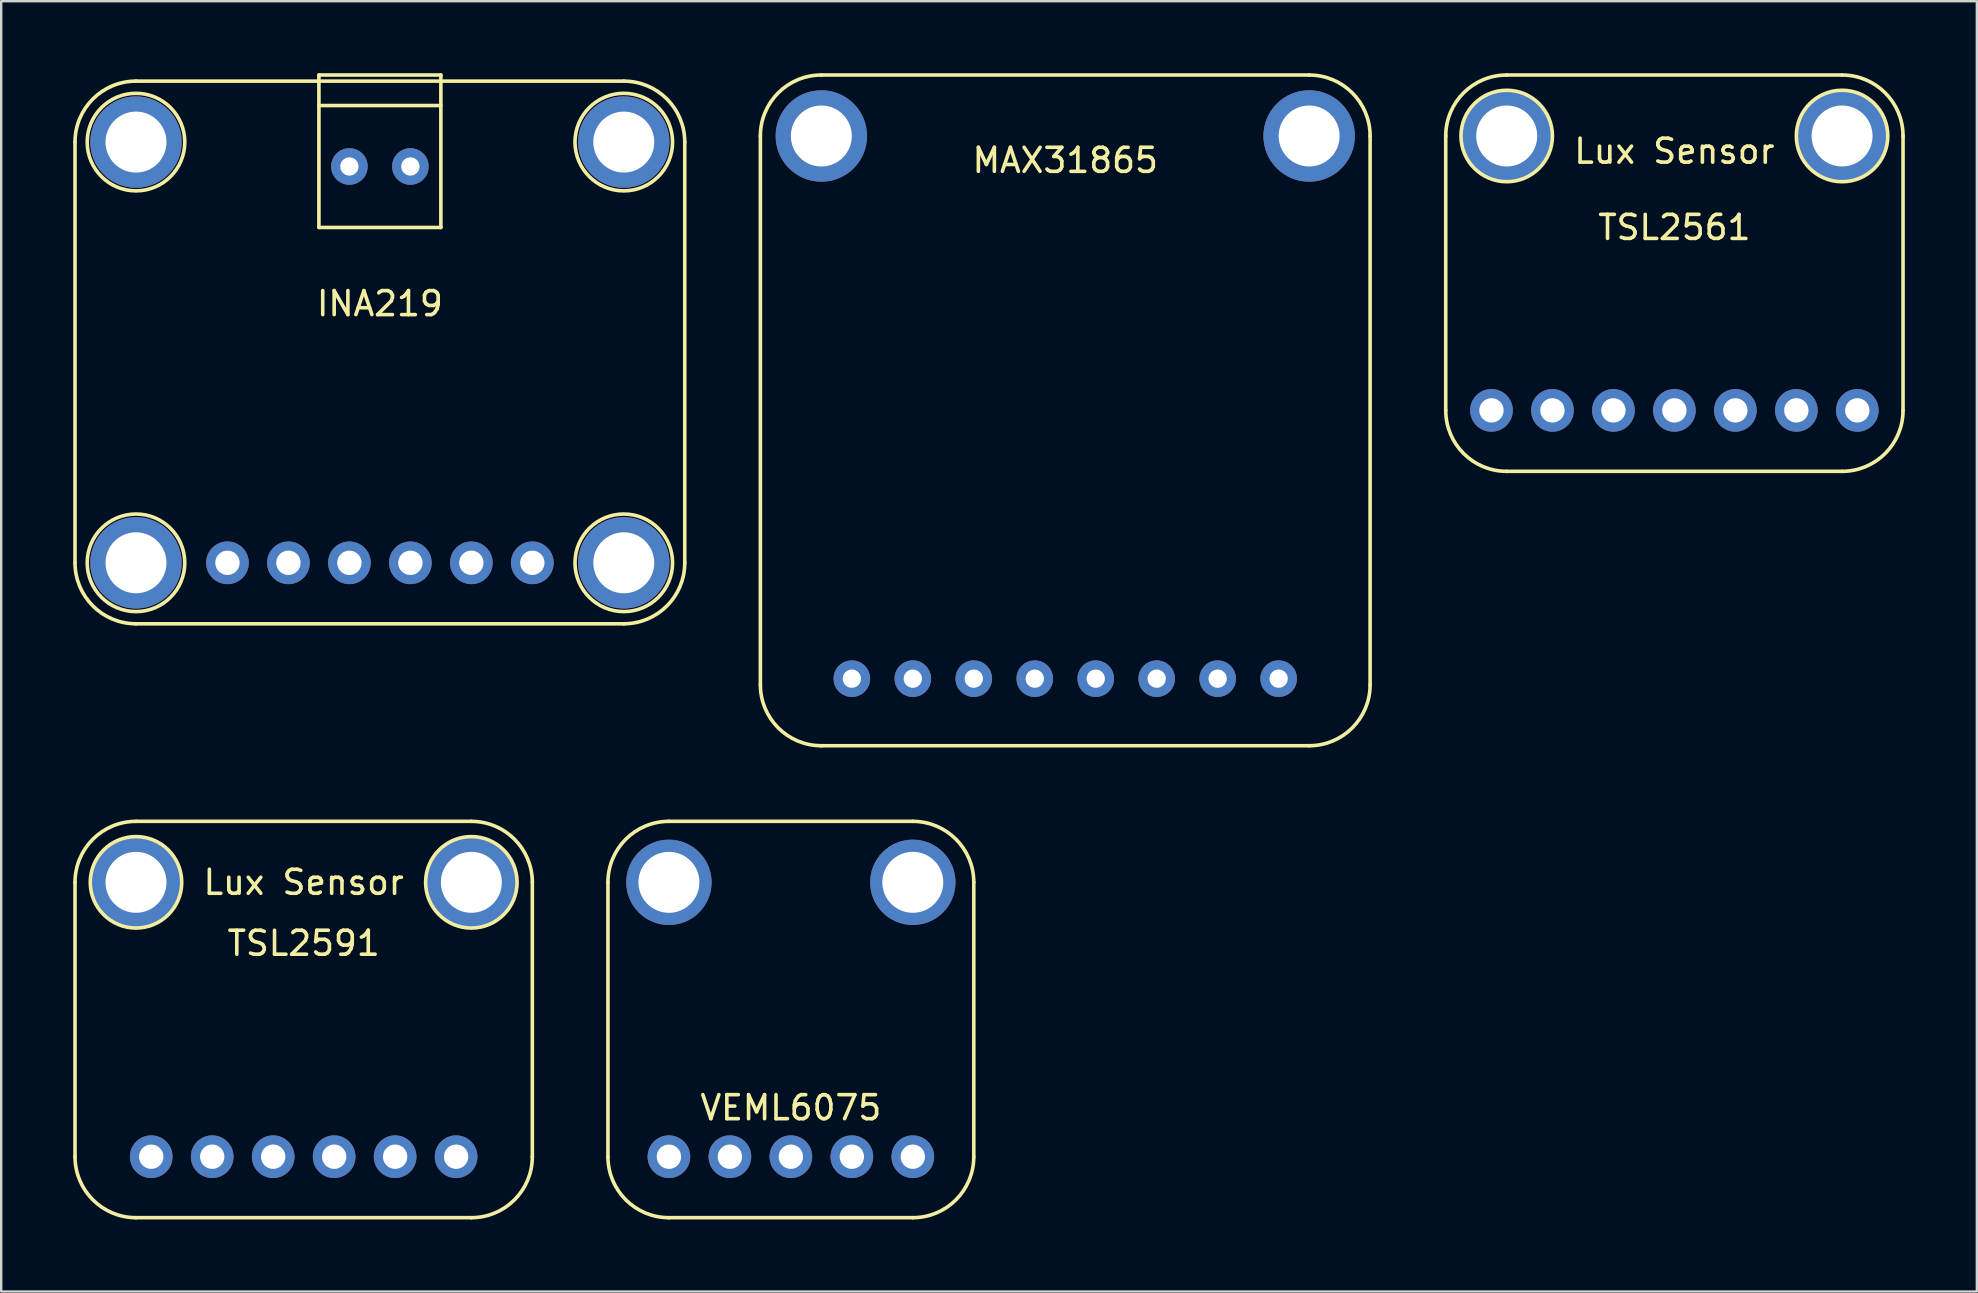
<source format=kicad_pcb>
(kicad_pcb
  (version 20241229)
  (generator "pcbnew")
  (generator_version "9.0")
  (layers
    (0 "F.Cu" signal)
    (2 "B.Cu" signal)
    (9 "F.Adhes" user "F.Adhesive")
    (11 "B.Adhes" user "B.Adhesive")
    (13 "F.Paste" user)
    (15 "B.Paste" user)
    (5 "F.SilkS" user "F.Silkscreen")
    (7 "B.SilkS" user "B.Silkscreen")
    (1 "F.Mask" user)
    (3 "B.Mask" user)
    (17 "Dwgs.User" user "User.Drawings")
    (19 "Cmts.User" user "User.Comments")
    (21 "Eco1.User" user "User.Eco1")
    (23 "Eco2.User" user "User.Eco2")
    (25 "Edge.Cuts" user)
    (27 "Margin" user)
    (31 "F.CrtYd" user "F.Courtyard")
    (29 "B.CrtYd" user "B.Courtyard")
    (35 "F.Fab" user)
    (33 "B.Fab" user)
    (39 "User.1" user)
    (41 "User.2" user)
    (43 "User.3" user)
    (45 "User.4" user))
  (footprint "VEML6075"
    (layer "F.Cu")
    (at 29.895 45.135)
    (property "Reference" "VEML6075" (at 0 -2.04 0) (layer "F.SilkS") (effects (font (size 1 1) (thickness 0.15))))
    (attr through_hole)
    (fp_line (start -7.62 -11.43) (end -7.62 0) (stroke (width 0.15) (type solid)) (layer "F.SilkS"))
    (fp_line (start -5.08 2.54) (end 5.08 2.54) (stroke (width 0.15) (type solid)) (layer "F.SilkS"))
    (fp_line (start 5.08 -13.97) (end -5.08 -13.97) (stroke (width 0.15) (type solid)) (layer "F.SilkS"))
    (fp_line (start 7.62 -11.43) (end 7.62 0) (stroke (width 0.15) (type solid)) (layer "F.SilkS"))
    (fp_arc (start -7.62 -11.43) (mid -6.876051 -13.226051) (end -5.08 -13.97) (stroke (width 0.15) (type solid)) (layer "F.SilkS"))
    (fp_arc (start -5.08 2.54) (mid -6.876051 1.796051) (end -7.62 0) (stroke (width 0.15) (type solid)) (layer "F.SilkS"))
    (fp_arc (start 5.08 -13.97) (mid 6.876051 -13.226051) (end 7.62 -11.43) (stroke (width 0.15) (type solid)) (layer "F.SilkS"))
    (fp_arc (start 7.62 0) (mid 6.876051 1.796051) (end 5.08 2.54) (stroke (width 0.15) (type solid)) (layer "F.SilkS"))
    (pad "" np_thru_hole circle (at -5.08 -11.43) (size 3.556 3.556) (drill 2.54) (layers "*.Cu" "*.Mask"))
    (pad "" np_thru_hole circle (at 5.08 -11.43) (size 3.556 3.556) (drill 2.54) (layers "*.Cu" "*.Mask"))
    (pad "1" thru_hole circle (at -5.08 0) (size 1.778 1.778) (drill 1.016) (layers "*.Cu" "*.Mask"))
    (pad "2" thru_hole circle (at -2.54 0) (size 1.778 1.778) (drill 1.016) (layers "*.Cu" "*.Mask"))
    (pad "3" thru_hole circle (at 0 0) (size 1.778 1.778) (drill 1.016) (layers "*.Cu" "*.Mask"))
    (pad "4" thru_hole circle (at 2.54 0) (size 1.778 1.778) (drill 1.016) (layers "*.Cu" "*.Mask"))
    (pad "5" thru_hole circle (at 5.08 0) (size 1.778 1.778) (drill 1.016) (layers "*.Cu" "*.Mask")))
  (footprint "INA219"
    (layer "F.Cu")
    (at 12.775 20.395)
    (property "Reference" "INA219" (at 0 -10.795 0) (layer "F.SilkS") (effects (font (size 1 1) (thickness 0.15))))
    (attr through_hole)
    (fp_line (start -12.7 -17.526) (end -12.7 0) (stroke (width 0.15) (type solid)) (layer "F.SilkS"))
    (fp_line (start -10.16 2.54) (end 10.16 2.54) (stroke (width 0.15) (type solid)) (layer "F.SilkS"))
    (fp_line (start -2.54 -20.32) (end -2.54 -13.97) (stroke (width 0.15) (type solid)) (layer "F.SilkS"))
    (fp_line (start -2.54 -19.05) (end 2.54 -19.05) (stroke (width 0.15) (type solid)) (layer "F.SilkS"))
    (fp_line (start -2.54 -13.97) (end 2.54 -13.97) (stroke (width 0.15) (type solid)) (layer "F.SilkS"))
    (fp_line (start 2.54 -20.32) (end -2.54 -20.32) (stroke (width 0.15) (type solid)) (layer "F.SilkS"))
    (fp_line (start 2.54 -13.97) (end 2.54 -20.32) (stroke (width 0.15) (type solid)) (layer "F.SilkS"))
    (fp_line (start 10.16 -20.066) (end -10.16 -20.066) (stroke (width 0.15) (type solid)) (layer "F.SilkS"))
    (fp_line (start 12.7 0) (end 12.7 -17.526) (stroke (width 0.15) (type solid)) (layer "F.SilkS"))
    (fp_arc (start -12.7 -17.526) (mid -11.956051 -19.322051) (end -10.16 -20.066) (stroke (width 0.15) (type solid)) (layer "F.SilkS"))
    (fp_arc (start -10.16 2.54) (mid -11.956051 1.796051) (end -12.7 0) (stroke (width 0.15) (type solid)) (layer "F.SilkS"))
    (fp_arc (start 10.16 -20.066) (mid 11.956051 -19.322051) (end 12.7 -17.526) (stroke (width 0.15) (type solid)) (layer "F.SilkS"))
    (fp_arc (start 12.7 0) (mid 11.956051 1.796051) (end 10.16 2.54) (stroke (width 0.15) (type solid)) (layer "F.SilkS"))
    (fp_circle (center -10.16 -17.526) (end -10.16 -15.494) (stroke (width 0.15) (type solid)) (fill no) (layer "F.SilkS"))
    (fp_circle (center -10.16 0) (end -10.16 2.032) (stroke (width 0.15) (type solid)) (fill no) (layer "F.SilkS"))
    (fp_circle (center 10.16 -17.526) (end 10.16 -15.494) (stroke (width 0.15) (type solid)) (fill no) (layer "F.SilkS"))
    (fp_circle (center 10.16 0) (end 10.16 2.032) (stroke (width 0.15) (type solid)) (fill no) (layer "F.SilkS"))
    (pad "" np_thru_hole circle (at -10.16 -17.526) (size 3.81 3.81) (drill 2.54) (layers "*.Cu" "*.Mask"))
    (pad "" np_thru_hole circle (at -10.16 0) (size 3.81 3.81) (drill 2.54) (layers "*.Cu" "*.Mask"))
    (pad "" np_thru_hole circle (at 10.16 -17.526) (size 3.81 3.81) (drill 2.54) (layers "*.Cu" "*.Mask"))
    (pad "" np_thru_hole circle (at 10.16 0) (size 3.81 3.81) (drill 2.54) (layers "*.Cu" "*.Mask"))
    (pad "1" thru_hole circle (at -6.35 0) (size 1.778 1.778) (drill 1.016) (layers "*.Cu" "*.Mask"))
    (pad "2" thru_hole circle (at -3.81 0) (size 1.778 1.778) (drill 1.016) (layers "*.Cu" "*.Mask"))
    (pad "3" thru_hole circle (at -1.27 0) (size 1.778 1.778) (drill 1.016) (layers "*.Cu" "*.Mask"))
    (pad "4" thru_hole circle (at 1.27 0) (size 1.778 1.778) (drill 1.016) (layers "*.Cu" "*.Mask"))
    (pad "5" thru_hole circle (at 3.81 0) (size 1.778 1.778) (drill 1.016) (layers "*.Cu" "*.Mask"))
    (pad "6" thru_hole circle (at 6.35 0) (size 1.778 1.778) (drill 1.016) (layers "*.Cu" "*.Mask"))
    (pad "7" thru_hole circle (at 1.27 -16.51) (size 1.524 1.524) (drill 0.762) (layers "*.Cu" "*.Mask"))
    (pad "8" thru_hole circle (at -1.27 -16.51) (size 1.524 1.524) (drill 0.762) (layers "*.Cu" "*.Mask")))
  (footprint "MAX31865"
    (layer "F.Cu")
    (at 41.325 25.221)
    (property "Reference" "MAX31865" (at 0 -21.59 0) (layer "F.SilkS") (effects (font (size 1 1) (thickness 0.15))))
    (attr through_hole)
    (fp_line (start -12.7 -22.606) (end -12.7 0.254) (stroke (width 0.15) (type solid)) (layer "F.SilkS"))
    (fp_line (start -10.16 2.794) (end 10.16 2.794) (stroke (width 0.15) (type solid)) (layer "F.SilkS"))
    (fp_line (start 10.16 -25.146) (end -10.16 -25.146) (stroke (width 0.15) (type solid)) (layer "F.SilkS"))
    (fp_line (start 12.7 0.254) (end 12.7 -22.606) (stroke (width 0.15) (type solid)) (layer "F.SilkS"))
    (fp_arc (start -12.7 -22.606) (mid -11.956051 -24.402051) (end -10.16 -25.146) (stroke (width 0.15) (type solid)) (layer "F.SilkS"))
    (fp_arc (start -10.16 2.794) (mid -11.956051 2.050051) (end -12.7 0.254) (stroke (width 0.15) (type solid)) (layer "F.SilkS"))
    (fp_arc (start 10.16 -25.146) (mid 11.956051 -24.402051) (end 12.7 -22.606) (stroke (width 0.15) (type solid)) (layer "F.SilkS"))
    (fp_arc (start 12.7 0.254) (mid 11.956051 2.050051) (end 10.16 2.794) (stroke (width 0.15) (type solid)) (layer "F.SilkS"))
    (pad "" np_thru_hole circle (at -10.16 -22.606) (size 3.81 3.81) (drill 2.54) (layers "*.Cu" "*.Mask"))
    (pad "" np_thru_hole circle (at 10.16 -22.606) (size 3.81 3.81) (drill 2.54) (layers "*.Cu" "*.Mask"))
    (pad "1" thru_hole circle (at -8.89 0) (size 1.524 1.524) (drill 0.762) (layers "*.Cu" "*.Mask"))
    (pad "2" thru_hole circle (at -6.35 0) (size 1.524 1.524) (drill 0.762) (layers "*.Cu" "*.Mask"))
    (pad "3" thru_hole circle (at -3.81 0) (size 1.524 1.524) (drill 0.762) (layers "*.Cu" "*.Mask"))
    (pad "4" thru_hole circle (at -1.27 0) (size 1.524 1.524) (drill 0.762) (layers "*.Cu" "*.Mask"))
    (pad "5" thru_hole circle (at 1.27 0) (size 1.524 1.524) (drill 0.762) (layers "*.Cu" "*.Mask"))
    (pad "6" thru_hole circle (at 3.81 0) (size 1.524 1.524) (drill 0.762) (layers "*.Cu" "*.Mask"))
    (pad "7" thru_hole circle (at 6.35 0) (size 1.524 1.524) (drill 0.762) (layers "*.Cu" "*.Mask"))
    (pad "8" thru_hole circle (at 8.89 0) (size 1.524 1.524) (drill 0.762) (layers "*.Cu" "*.Mask")))
  (footprint "TSL2561"
    (layer "F.Cu")
    (at 66.7 14.045)
    (property "Reference" "TSL2561" (at 0 -7.62 0) (layer "F.SilkS") (effects (font (size 1 1) (thickness 0.15))))
    (attr through_hole)
    (fp_line (start -9.525 0) (end -9.525 -11.43) (stroke (width 0.15) (type solid)) (layer "F.SilkS"))
    (fp_line (start -6.985 -13.97) (end 6.985 -13.97) (stroke (width 0.15) (type solid)) (layer "F.SilkS"))
    (fp_line (start -6.985 2.54) (end 6.985 2.54) (stroke (width 0.15) (type solid)) (layer "F.SilkS"))
    (fp_line (start 9.525 -11.43) (end 9.525 0) (stroke (width 0.15) (type solid)) (layer "F.SilkS"))
    (fp_arc (start -9.525 -11.43) (mid -8.781051 -13.226051) (end -6.985 -13.97) (stroke (width 0.15) (type solid)) (layer "F.SilkS"))
    (fp_arc (start -6.985 2.54) (mid -8.781051 1.796051) (end -9.525 0) (stroke (width 0.15) (type solid)) (layer "F.SilkS"))
    (fp_arc (start 6.985 -13.97) (mid 8.781051 -13.226051) (end 9.525 -11.43) (stroke (width 0.15) (type solid)) (layer "F.SilkS"))
    (fp_arc (start 9.525 0) (mid 8.781051 1.796051) (end 6.985 2.54) (stroke (width 0.15) (type solid)) (layer "F.SilkS"))
    (fp_circle (center -6.985 -11.43) (end -6.985 -9.525) (stroke (width 0.15) (type solid)) (fill no) (layer "F.SilkS"))
    (fp_circle (center 6.985 -11.43) (end 6.985 -9.525) (stroke (width 0.15) (type solid)) (fill no) (layer "F.SilkS"))
    (fp_text user "Lux Sensor" (at 0 -10.795 0) (layer "F.SilkS") (effects (font (size 1 1) (thickness 0.15))))
    (pad "" np_thru_hole circle (at -6.985 -11.43) (size 3.81 3.81) (drill 2.54) (layers "*.Cu" "*.Mask"))
    (pad "" np_thru_hole circle (at 6.985 -11.43) (size 3.81 3.81) (drill 2.54) (layers "*.Cu" "*.Mask"))
    (pad "1" thru_hole circle (at -7.62 0) (size 1.778 1.778) (drill 1.016) (layers "*.Cu" "*.Mask"))
    (pad "2" thru_hole circle (at -5.08 0) (size 1.778 1.778) (drill 1.016) (layers "*.Cu" "*.Mask"))
    (pad "3" thru_hole circle (at -2.54 0) (size 1.778 1.778) (drill 1.016) (layers "*.Cu" "*.Mask"))
    (pad "4" thru_hole circle (at 0 0) (size 1.778 1.778) (drill 1.016) (layers "*.Cu" "*.Mask"))
    (pad "5" thru_hole circle (at 2.54 0) (size 1.778 1.778) (drill 1.016) (layers "*.Cu" "*.Mask"))
    (pad "6" thru_hole circle (at 5.08 0) (size 1.778 1.778) (drill 1.016) (layers "*.Cu" "*.Mask"))
    (pad "7" thru_hole circle (at 7.62 0) (size 1.778 1.778) (drill 1.016) (layers "*.Cu" "*.Mask")))
  (footprint "TSL2591"
    (layer "F.Cu")
    (at 9.6 38.785)
    (property "Reference" "TSL2591" (at 0 -2.54 0) (layer "F.SilkS") (effects (font (size 1 1) (thickness 0.15))))
    (attr through_hole)
    (fp_line (start -9.525 6.35) (end -9.525 -5.08) (stroke (width 0.15) (type solid)) (layer "F.SilkS"))
    (fp_line (start -6.985 -7.62) (end 6.985 -7.62) (stroke (width 0.15) (type solid)) (layer "F.SilkS"))
    (fp_line (start -6.985 8.89) (end 6.985 8.89) (stroke (width 0.15) (type solid)) (layer "F.SilkS"))
    (fp_line (start 9.525 6.35) (end 9.525 -5.08) (stroke (width 0.15) (type solid)) (layer "F.SilkS"))
    (fp_arc (start -9.525 -5.08) (mid -8.781051 -6.876051) (end -6.985 -7.62) (stroke (width 0.15) (type solid)) (layer "F.SilkS"))
    (fp_arc (start -6.985 8.89) (mid -8.781051 8.146051) (end -9.525 6.35) (stroke (width 0.15) (type solid)) (layer "F.SilkS"))
    (fp_arc (start 6.985 -7.62) (mid 8.781051 -6.876051) (end 9.525 -5.08) (stroke (width 0.15) (type solid)) (layer "F.SilkS"))
    (fp_arc (start 9.525 6.35) (mid 8.781051 8.146051) (end 6.985 8.89) (stroke (width 0.15) (type solid)) (layer "F.SilkS"))
    (fp_circle (center -6.985 -5.08) (end -5.08 -5.08) (stroke (width 0.15) (type solid)) (fill no) (layer "F.SilkS"))
    (fp_circle (center 6.985 -5.08) (end 8.89 -5.08) (stroke (width 0.15) (type solid)) (fill no) (layer "F.SilkS"))
    (fp_text user "Lux Sensor" (at 0 -5.08 0) (layer "F.SilkS") (effects (font (size 1 1) (thickness 0.15))))
    (pad "" np_thru_hole circle (at -6.985 -5.08) (size 3.81 3.81) (drill 2.54) (layers "*.Cu" "*.Mask"))
    (pad "" np_thru_hole circle (at 6.985 -5.08) (size 3.81 3.81) (drill 2.54) (layers "*.Cu" "*.Mask"))
    (pad "1" thru_hole circle (at -6.35 6.35) (size 1.778 1.778) (drill 1.016) (layers "*.Cu" "*.Mask"))
    (pad "2" thru_hole circle (at -3.81 6.35) (size 1.778 1.778) (drill 1.016) (layers "*.Cu" "*.Mask"))
    (pad "3" thru_hole circle (at -1.27 6.35) (size 1.778 1.778) (drill 1.016) (layers "*.Cu" "*.Mask"))
    (pad "4" thru_hole circle (at 1.27 6.35) (size 1.778 1.778) (drill 1.016) (layers "*.Cu" "*.Mask"))
    (pad "5" thru_hole circle (at 3.81 6.35) (size 1.778 1.778) (drill 1.016) (layers "*.Cu" "*.Mask"))
    (pad "6" thru_hole circle (at 6.35 6.35) (size 1.778 1.778) (drill 1.016) (layers "*.Cu" "*.Mask")))
  (gr_rect
    (start -3 -3)
    (end 79.3 50.75)
    (stroke (width 0.1) (type default))
    (fill no)
    (layer "Edge.Cuts")))
</source>
